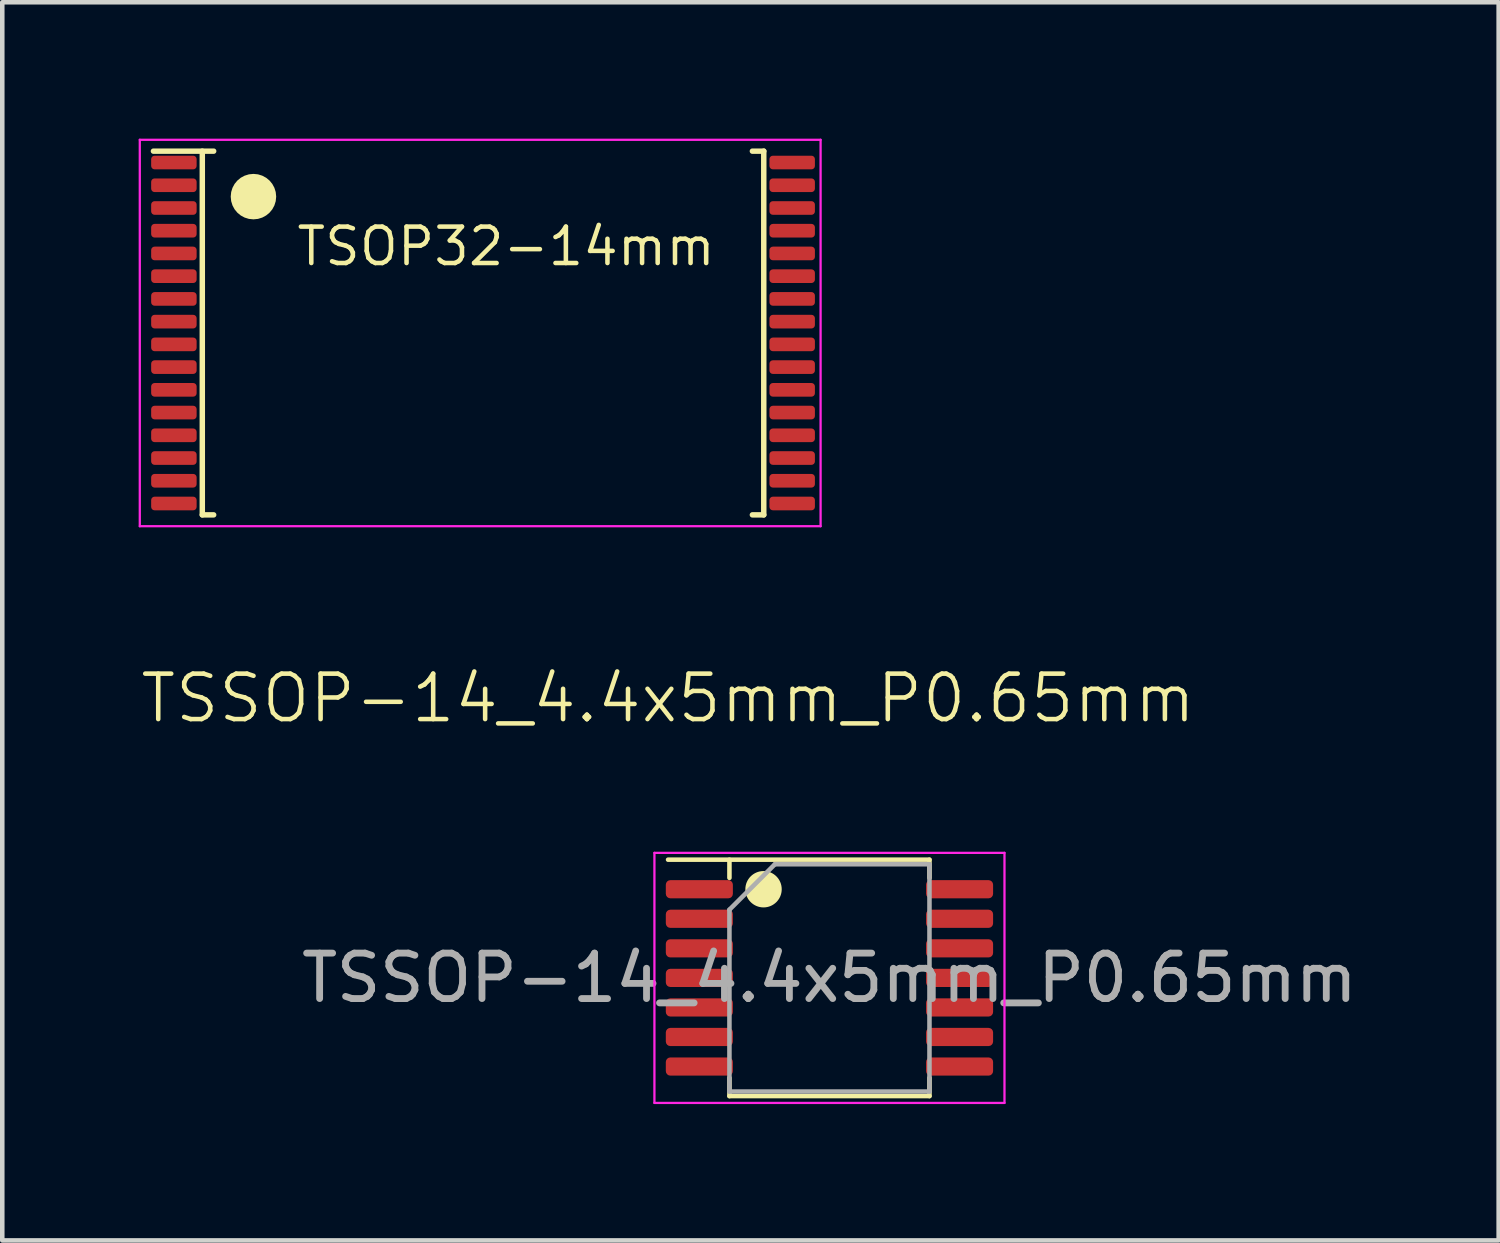
<source format=kicad_pcb>
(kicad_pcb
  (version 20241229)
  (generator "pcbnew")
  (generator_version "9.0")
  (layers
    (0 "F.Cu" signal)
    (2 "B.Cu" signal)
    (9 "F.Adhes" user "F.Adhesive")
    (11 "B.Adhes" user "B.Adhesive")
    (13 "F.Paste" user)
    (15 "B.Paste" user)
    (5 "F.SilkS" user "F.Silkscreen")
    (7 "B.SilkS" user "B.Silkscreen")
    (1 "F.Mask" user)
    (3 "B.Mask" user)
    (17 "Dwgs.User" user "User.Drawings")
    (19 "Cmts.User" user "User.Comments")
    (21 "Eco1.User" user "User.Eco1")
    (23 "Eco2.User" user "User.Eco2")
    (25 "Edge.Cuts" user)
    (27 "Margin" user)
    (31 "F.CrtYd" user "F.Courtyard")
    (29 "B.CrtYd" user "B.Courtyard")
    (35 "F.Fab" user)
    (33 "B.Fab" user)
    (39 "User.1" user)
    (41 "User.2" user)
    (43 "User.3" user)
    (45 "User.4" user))
  (footprint "TSSOP-14_4.4x5mm_P0.65mm"
    (layer "F.Cu")
    (at 15.195 18.46)
    (property "Reference" "TSSOP-14_4.4x5mm_P0.65mm" (at -3.55 -6.15 0) (layer "F.SilkS") (effects (font (size 1 1) (thickness 0.1))))
    (attr smd)
    (fp_line (start -3.55 -2.6) (end 2.2 -2.6) (stroke (width 0.1) (type solid)) (layer "F.SilkS"))
    (fp_line (start -2.2 -2.6) (end -2.2 -2.2) (stroke (width 0.1) (type solid)) (layer "F.SilkS"))
    (fp_line (start -2.2 2.2) (end -2.2 2.6) (stroke (width 0.1) (type solid)) (layer "F.SilkS"))
    (fp_line (start 2.2 -2.6) (end 2.2 -2.2) (stroke (width 0.1) (type solid)) (layer "F.SilkS"))
    (fp_line (start 2.2 2.2) (end 2.2 2.6) (stroke (width 0.1) (type solid)) (layer "F.SilkS"))
    (fp_line (start 2.2 2.6) (end -2.2 2.6) (stroke (width 0.1) (type solid)) (layer "F.SilkS"))
    (fp_circle (center -1.45 -1.95) (end -1.1 -1.95) (stroke (width 0.1) (type solid)) (fill yes) (layer "F.SilkS"))
    (fp_line (start -3.85 -2.75) (end -3.85 2.75) (stroke (width 0.05) (type solid)) (layer "F.CrtYd"))
    (fp_line (start -3.85 2.75) (end 3.85 2.75) (stroke (width 0.05) (type solid)) (layer "F.CrtYd"))
    (fp_line (start 3.85 -2.75) (end -3.85 -2.75) (stroke (width 0.05) (type solid)) (layer "F.CrtYd"))
    (fp_line (start 3.85 2.75) (end 3.85 -2.75) (stroke (width 0.05) (type solid)) (layer "F.CrtYd"))
    (fp_line (start -2.2 -1.5) (end -1.2 -2.5) (stroke (width 0.1) (type solid)) (layer "F.Fab"))
    (fp_line (start -2.2 2.5) (end -2.2 -1.5) (stroke (width 0.1) (type solid)) (layer "F.Fab"))
    (fp_line (start -1.2 -2.5) (end 2.2 -2.5) (stroke (width 0.1) (type solid)) (layer "F.Fab"))
    (fp_line (start 2.2 -2.5) (end 2.2 2.5) (stroke (width 0.1) (type solid)) (layer "F.Fab"))
    (fp_line (start 2.2 2.5) (end -2.2 2.5) (stroke (width 0.1) (type solid)) (layer "F.Fab"))
    (fp_text user "${REFERENCE}" (at 0 0 0) (layer "F.Fab") (effects (font (size 1 1) (thickness 0.15))))
    (pad "1" smd roundrect (at -2.862 -1.95) (size 1.475 0.4) (layers "F.Cu" "F.Mask" "F.Paste") (roundrect_rratio 0.25))
    (pad "2" smd roundrect (at -2.862 -1.3) (size 1.475 0.4) (layers "F.Cu" "F.Mask" "F.Paste") (roundrect_rratio 0.25))
    (pad "3" smd roundrect (at -2.862 -0.65) (size 1.475 0.4) (layers "F.Cu" "F.Mask" "F.Paste") (roundrect_rratio 0.25))
    (pad "4" smd roundrect (at -2.862 0) (size 1.475 0.4) (layers "F.Cu" "F.Mask" "F.Paste") (roundrect_rratio 0.25))
    (pad "5" smd roundrect (at -2.862 0.65) (size 1.475 0.4) (layers "F.Cu" "F.Mask" "F.Paste") (roundrect_rratio 0.25))
    (pad "6" smd roundrect (at -2.862 1.3) (size 1.475 0.4) (layers "F.Cu" "F.Mask" "F.Paste") (roundrect_rratio 0.25))
    (pad "7" smd roundrect (at -2.862 1.95) (size 1.475 0.4) (layers "F.Cu" "F.Mask" "F.Paste") (roundrect_rratio 0.25))
    (pad "8" smd roundrect (at 2.862 1.95) (size 1.475 0.4) (layers "F.Cu" "F.Mask" "F.Paste") (roundrect_rratio 0.25))
    (pad "9" smd roundrect (at 2.862 1.3) (size 1.475 0.4) (layers "F.Cu" "F.Mask" "F.Paste") (roundrect_rratio 0.25))
    (pad "10" smd roundrect (at 2.862 0.65) (size 1.475 0.4) (layers "F.Cu" "F.Mask" "F.Paste") (roundrect_rratio 0.25))
    (pad "11" smd roundrect (at 2.862 0) (size 1.475 0.4) (layers "F.Cu" "F.Mask" "F.Paste") (roundrect_rratio 0.25))
    (pad "12" smd roundrect (at 2.862 -0.65) (size 1.475 0.4) (layers "F.Cu" "F.Mask" "F.Paste") (roundrect_rratio 0.25))
    (pad "13" smd roundrect (at 2.862 -1.3) (size 1.475 0.4) (layers "F.Cu" "F.Mask" "F.Paste") (roundrect_rratio 0.25))
    (pad "14" smd roundrect (at 2.862 -1.95) (size 1.475 0.4) (layers "F.Cu" "F.Mask" "F.Paste") (roundrect_rratio 0.25)))
  (footprint "TSOP32-14mm"
    (layer "F.Cu")
    (at 7.575 4.275)
    (property "Reference" "TSOP32-14mm" (at 0.508 -1.905 0) (layer "F.SilkS") (effects (font (size 0.8 0.8) (thickness 0.1))))
    (attr smd)
    (fp_line (start -7.25 -4) (end -5.925 -4) (stroke (width 0.12) (type solid)) (layer "F.SilkS"))
    (fp_line (start -6.175 -4) (end -6.175 4) (stroke (width 0.12) (type solid)) (layer "F.SilkS"))
    (fp_line (start -6.175 4) (end -5.925 4) (stroke (width 0.12) (type solid)) (layer "F.SilkS"))
    (fp_line (start 6.175 -4) (end 5.925 -4) (stroke (width 0.12) (type solid)) (layer "F.SilkS"))
    (fp_line (start 6.175 4) (end 5.925 4) (stroke (width 0.12) (type solid)) (layer "F.SilkS"))
    (fp_line (start 6.175 4) (end 6.175 -4) (stroke (width 0.12) (type solid)) (layer "F.SilkS"))
    (fp_circle (center -5.05 -3) (end -5.05 -2.75) (stroke (width 0.5) (type solid)) (fill no) (layer "F.SilkS"))
    (fp_line (start -7.55 -4.25) (end -7.55 4.25) (stroke (width 0.05) (type solid)) (layer "F.CrtYd"))
    (fp_line (start -7.55 4.25) (end 7.425 4.25) (stroke (width 0.05) (type solid)) (layer "F.CrtYd"))
    (fp_line (start 7.425 -4.25) (end -7.55 -4.25) (stroke (width 0.05) (type solid)) (layer "F.CrtYd"))
    (fp_line (start 7.425 4.25) (end 7.425 -4.25) (stroke (width 0.05) (type solid)) (layer "F.CrtYd"))
    (pad "1" smd roundrect (at -6.8 -3.75 270) (size 0.3 1) (layers "F.Cu" "F.Mask" "F.Paste") (roundrect_rratio 0.25))
    (pad "2" smd roundrect (at -6.8 -3.25 270) (size 0.3 1) (layers "F.Cu" "F.Mask" "F.Paste") (roundrect_rratio 0.25))
    (pad "3" smd roundrect (at -6.8 -2.75 270) (size 0.3 1) (layers "F.Cu" "F.Mask" "F.Paste") (roundrect_rratio 0.25))
    (pad "4" smd roundrect (at -6.8 -2.25 270) (size 0.3 1) (layers "F.Cu" "F.Mask" "F.Paste") (roundrect_rratio 0.25))
    (pad "5" smd roundrect (at -6.8 -1.75 270) (size 0.3 1) (layers "F.Cu" "F.Mask" "F.Paste") (roundrect_rratio 0.25))
    (pad "6" smd roundrect (at -6.8 -1.25 270) (size 0.3 1) (layers "F.Cu" "F.Mask" "F.Paste") (roundrect_rratio 0.25))
    (pad "7" smd roundrect (at -6.8 -0.75 270) (size 0.3 1) (layers "F.Cu" "F.Mask" "F.Paste") (roundrect_rratio 0.25))
    (pad "8" smd roundrect (at -6.8 -0.25 270) (size 0.3 1) (layers "F.Cu" "F.Mask" "F.Paste") (roundrect_rratio 0.25))
    (pad "9" smd roundrect (at -6.8 0.25 270) (size 0.3 1) (layers "F.Cu" "F.Mask" "F.Paste") (roundrect_rratio 0.25))
    (pad "10" smd roundrect (at -6.8 0.75 270) (size 0.3 1) (layers "F.Cu" "F.Mask" "F.Paste") (roundrect_rratio 0.25))
    (pad "11" smd roundrect (at -6.8 1.25 270) (size 0.3 1) (layers "F.Cu" "F.Mask" "F.Paste") (roundrect_rratio 0.25))
    (pad "12" smd roundrect (at -6.8 1.75 270) (size 0.3 1) (layers "F.Cu" "F.Mask" "F.Paste") (roundrect_rratio 0.25))
    (pad "13" smd roundrect (at -6.8 2.25 270) (size 0.3 1) (layers "F.Cu" "F.Mask" "F.Paste") (roundrect_rratio 0.25))
    (pad "14" smd roundrect (at -6.8 2.75 270) (size 0.3 1) (layers "F.Cu" "F.Mask" "F.Paste") (roundrect_rratio 0.25))
    (pad "15" smd roundrect (at -6.8 3.25 270) (size 0.3 1) (layers "F.Cu" "F.Mask" "F.Paste") (roundrect_rratio 0.25))
    (pad "16" smd roundrect (at -6.8 3.75 270) (size 0.3 1) (layers "F.Cu" "F.Mask" "F.Paste") (roundrect_rratio 0.25))
    (pad "17" smd roundrect (at 6.8 3.75 270) (size 0.3 1) (layers "F.Cu" "F.Mask" "F.Paste") (roundrect_rratio 0.25))
    (pad "18" smd roundrect (at 6.8 3.25 270) (size 0.3 1) (layers "F.Cu" "F.Mask" "F.Paste") (roundrect_rratio 0.25))
    (pad "19" smd roundrect (at 6.8 2.75 270) (size 0.3 1) (layers "F.Cu" "F.Mask" "F.Paste") (roundrect_rratio 0.25))
    (pad "20" smd roundrect (at 6.8 2.25 270) (size 0.3 1) (layers "F.Cu" "F.Mask" "F.Paste") (roundrect_rratio 0.25))
    (pad "21" smd roundrect (at 6.8 1.75 270) (size 0.3 1) (layers "F.Cu" "F.Mask" "F.Paste") (roundrect_rratio 0.25))
    (pad "22" smd roundrect (at 6.8 1.25 270) (size 0.3 1) (layers "F.Cu" "F.Mask" "F.Paste") (roundrect_rratio 0.25))
    (pad "23" smd roundrect (at 6.8 0.75 270) (size 0.3 1) (layers "F.Cu" "F.Mask" "F.Paste") (roundrect_rratio 0.25))
    (pad "24" smd roundrect (at 6.8 0.25 270) (size 0.3 1) (layers "F.Cu" "F.Mask" "F.Paste") (roundrect_rratio 0.25))
    (pad "25" smd roundrect (at 6.8 -0.25 270) (size 0.3 1) (layers "F.Cu" "F.Mask" "F.Paste") (roundrect_rratio 0.25))
    (pad "26" smd roundrect (at 6.8 -0.75 270) (size 0.3 1) (layers "F.Cu" "F.Mask" "F.Paste") (roundrect_rratio 0.25))
    (pad "27" smd roundrect (at 6.8 -1.25 270) (size 0.3 1) (layers "F.Cu" "F.Mask" "F.Paste") (roundrect_rratio 0.25))
    (pad "28" smd roundrect (at 6.8 -1.75 270) (size 0.3 1) (layers "F.Cu" "F.Mask" "F.Paste") (roundrect_rratio 0.25))
    (pad "29" smd roundrect (at 6.8 -2.25 270) (size 0.3 1) (layers "F.Cu" "F.Mask" "F.Paste") (roundrect_rratio 0.25))
    (pad "30" smd roundrect (at 6.8 -2.75 270) (size 0.3 1) (layers "F.Cu" "F.Mask" "F.Paste") (roundrect_rratio 0.25))
    (pad "31" smd roundrect (at 6.8 -3.25 270) (size 0.3 1) (layers "F.Cu" "F.Mask" "F.Paste") (roundrect_rratio 0.25))
    (pad "32" smd roundrect (at 6.8 -3.75 270) (size 0.3 1) (layers "F.Cu" "F.Mask" "F.Paste") (roundrect_rratio 0.25)))
  (gr_rect
    (start -3 -3)
    (end 29.915 24.235)
    (stroke (width 0.1) (type default))
    (fill no)
    (layer "Edge.Cuts")))
</source>
